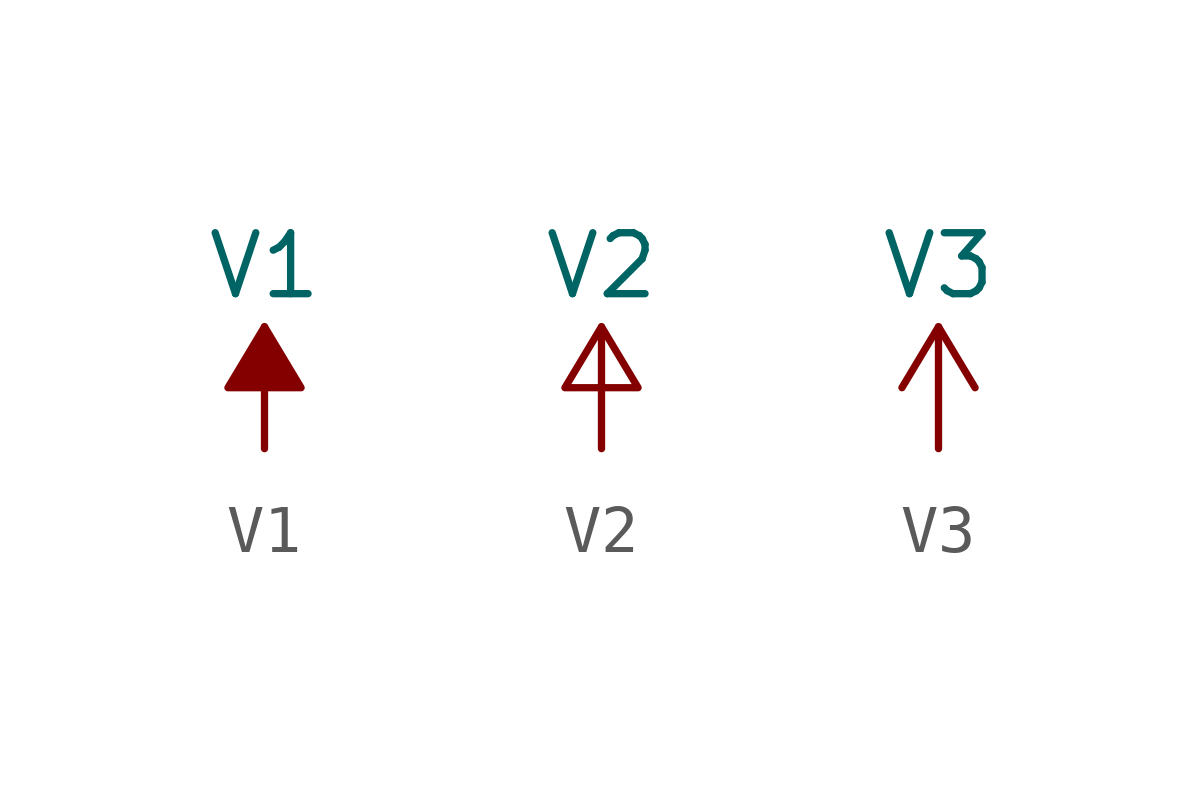
<source format=kicad_sym>
(kicad_symbol_lib
  (version 20211014)
  (generator kicad_symbol_editor)
  (symbol "V1"
    (power)
    (pin_numbers hide)
    (pin_names
      (offset 0) hide)
    (property "Reference" "#PWR"
      (at 0 -3.81 0)
      (effects (font (size 1.27 1.27)) hide))
    (property "Value" "V1"
      (at 0 3.81 0)
      (effects (font (size 1.27 1.27))))
    (symbol "V1_0_1"
      (polyline (pts (xy 0 0) (xy 0 2.54)) (stroke (width 0) (type default) (color 0 0 0 0)) (fill (type none)))
      (polyline (pts (xy 0.762 1.27) (xy -0.762 1.27) (xy 0 2.54) (xy 0.762 1.27)) (stroke (width 0) (type default) (color 0 0 0 0)) (fill (type outline))))
    (symbol "V1_1_1"
      (pin power_in line (at 0 0 90) (length 0) hide (name "V1" (effects (font (size 1.27 1.27)))) (number "1" (effects (font (size 1.27 1.27)))))))
  (symbol "V2"
    (power)
    (pin_numbers hide)
    (pin_names
      (offset 0) hide)
    (property "Reference" "#PWR"
      (at 0 -3.81 0)
      (effects (font (size 1.27 1.27)) hide))
    (property "Value" "V2"
      (at 0 3.81 0)
      (effects (font (size 1.27 1.27))))
    (symbol "V2_0_1"
      (polyline (pts (xy 0 0) (xy 0 2.54)) (stroke (width 0) (type default) (color 0 0 0 0)) (fill (type none)))
      (polyline (pts (xy 0.762 1.27) (xy -0.762 1.27) (xy 0 2.54) (xy 0.762 1.27)) (stroke (width 0) (type default) (color 0 0 0 0)) (fill (type none))))
    (symbol "V2_1_1"
      (pin power_in line (at 0 0 90) (length 0) hide (name "V2" (effects (font (size 1.27 1.27)))) (number "1" (effects (font (size 1.27 1.27)))))))
  (symbol "V3"
    (power)
    (pin_numbers hide)
    (pin_names
      (offset 0) hide)
    (property "Reference" "#PWR"
      (at 0 -3.81 0)
      (effects (font (size 1.27 1.27)) hide))
    (property "Value" "V3"
      (at 0 3.81 0)
      (effects (font (size 1.27 1.27))))
    (symbol "V3_0_1"
      (polyline (pts (xy 0 0) (xy 0 2.54)) (stroke (width 0) (type default) (color 0 0 0 0)) (fill (type none)))
      (polyline (pts (xy -0.762 1.27) (xy 0 2.54) (xy 0.762 1.27)) (stroke (width 0) (type default) (color 0 0 0 0)) (fill (type none))))
    (symbol "V3_1_1"
      (pin power_in line (at 0 0 90) (length 0) hide (name "V3" (effects (font (size 1.27 1.27)))) (number "1" (effects (font (size 1.27 1.27))))))))
</source>
